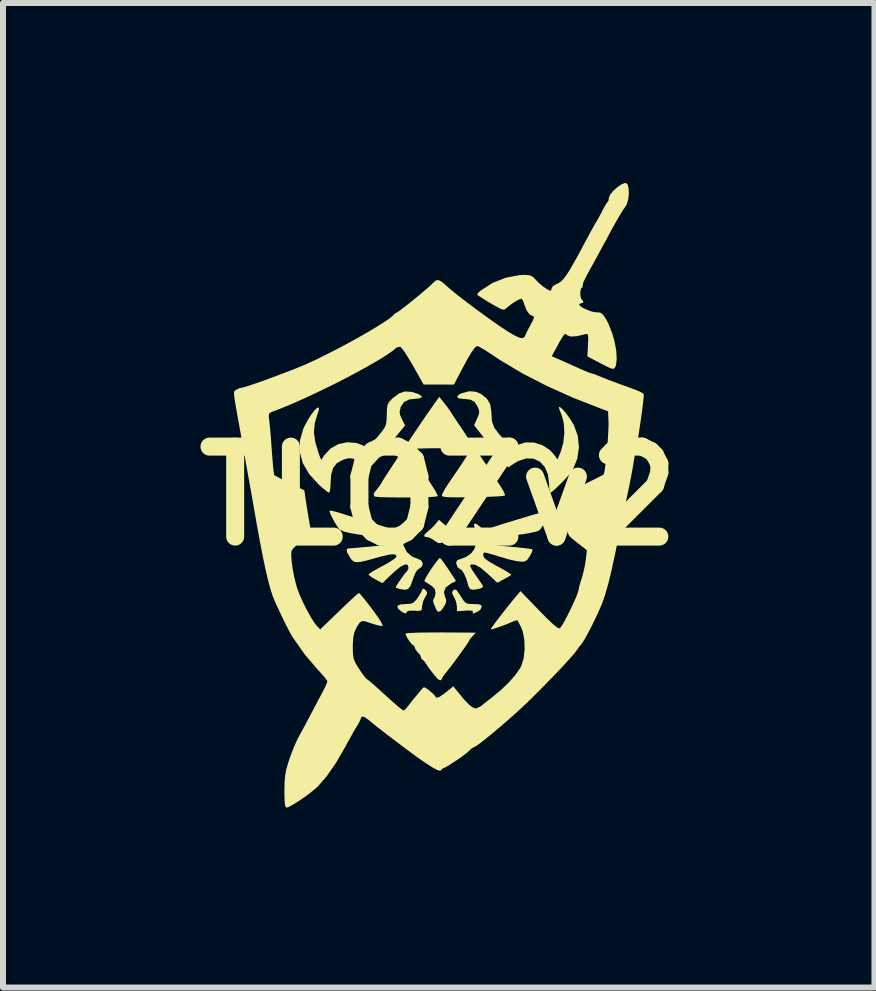
<source format=kicad_pcb>
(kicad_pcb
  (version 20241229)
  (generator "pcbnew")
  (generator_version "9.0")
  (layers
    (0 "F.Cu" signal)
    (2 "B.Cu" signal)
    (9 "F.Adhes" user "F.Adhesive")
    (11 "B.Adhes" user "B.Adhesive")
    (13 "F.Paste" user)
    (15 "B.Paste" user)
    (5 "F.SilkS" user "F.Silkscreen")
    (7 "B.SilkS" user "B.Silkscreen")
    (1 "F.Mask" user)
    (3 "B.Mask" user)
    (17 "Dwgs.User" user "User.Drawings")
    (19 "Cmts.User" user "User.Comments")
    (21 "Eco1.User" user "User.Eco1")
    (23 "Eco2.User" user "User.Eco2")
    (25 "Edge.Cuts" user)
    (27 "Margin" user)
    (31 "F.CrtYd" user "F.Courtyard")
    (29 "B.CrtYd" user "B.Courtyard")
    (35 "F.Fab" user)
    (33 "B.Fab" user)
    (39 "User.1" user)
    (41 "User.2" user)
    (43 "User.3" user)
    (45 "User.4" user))
  (footprint "TLOZv2"
    (layer "F.Cu")
    (at 4.264 5.218)
    (property "Reference" "TLOZv2" (at 0 0 0) (layer "F.SilkS") (effects (font (size 1.5 1.5) (thickness 0.3))))
    (attr board_only exclude_from_pos_files exclude_from_bom)
    (fp_poly (pts (xy 0.148 0.522) (xy 0.233 0.598) (xy 0.277 0.648) (xy 0.285 0.677) (xy 0.258 0.688) (xy 0.232 0.69) (xy 0.168 0.706) (xy 0.106 0.742) (xy 0.043 0.784) (xy -0.006 0.787) (xy -0.064 0.752) (xy -0.076 0.741) (xy -0.135 0.704) (xy -0.184 0.689) (xy -0.237 0.679) (xy -0.241 0.651) (xy -0.196 0.605) (xy -0.186 0.597) (xy -0.114 0.535) (xy -0.052 0.468) (xy -0.052 0.468) (xy 0.004 0.398)) (stroke (width 0) (type solid)) (fill yes) (layer "F.SilkS"))
    (fp_poly (pts (xy 0.296 1.57) (xy 0.332 1.618) (xy 0.365 1.669) (xy 0.414 1.744) (xy 0.452 1.784) (xy 0.498 1.8) (xy 0.568 1.803) (xy 0.582 1.803) (xy 0.663 1.806) (xy 0.703 1.818) (xy 0.716 1.844) (xy 0.716 1.852) (xy 0.694 1.898) (xy 0.648 1.931) (xy 0.586 1.957) (xy 0.563 1.957) (xy 0.572 1.933) (xy 0.564 1.916) (xy 0.509 1.91) (xy 0.447 1.913) (xy 0.305 1.922) (xy 0.304 1.84) (xy 0.288 1.757) (xy 0.255 1.685) (xy 0.225 1.63) (xy 0.227 1.596) (xy 0.245 1.573) (xy 0.269 1.558)) (stroke (width 0) (type solid)) (fill yes) (layer "F.SilkS"))
    (fp_poly (pts (xy -0.239 1.554) (xy -0.22 1.571) (xy -0.194 1.605) (xy -0.197 1.639) (xy -0.227 1.689) (xy -0.262 1.767) (xy -0.277 1.843) (xy -0.281 1.89) (xy -0.299 1.912) (xy -0.345 1.917) (xy -0.404 1.913) (xy -0.487 1.913) (xy -0.527 1.926) (xy -0.53 1.933) (xy -0.545 1.96) (xy -0.589 1.947) (xy -0.63 1.921) (xy -0.684 1.871) (xy -0.687 1.833) (xy -0.64 1.81) (xy -0.558 1.803) (xy -0.475 1.799) (xy -0.422 1.78) (xy -0.379 1.737) (xy -0.363 1.717) (xy -0.317 1.648) (xy -0.285 1.588) (xy -0.281 1.579) (xy -0.264 1.545)) (stroke (width 0) (type solid)) (fill yes) (layer "F.SilkS"))
    (fp_poly (pts (xy 0.043 1.055) (xy 0.085 1.111) (xy 0.14 1.191) (xy 0.164 1.227) (xy 0.288 1.418) (xy 0.199 1.465) (xy 0.118 1.527) (xy 0.087 1.602) (xy 0.107 1.686) (xy 0.108 1.686) (xy 0.126 1.736) (xy 0.118 1.787) (xy 0.091 1.842) (xy 0.043 1.911) (xy -0.001 1.934) (xy -0.034 1.909) (xy -0.043 1.889) (xy -0.068 1.826) (xy -0.084 1.793) (xy -0.095 1.738) (xy -0.082 1.715) (xy -0.06 1.669) (xy -0.053 1.611) (xy -0.066 1.551) (xy -0.114 1.502) (xy -0.146 1.481) (xy -0.204 1.445) (xy -0.236 1.422) (xy -0.239 1.419) (xy -0.225 1.382) (xy -0.189 1.319) (xy -0.139 1.241) (xy -0.084 1.16) (xy -0.033 1.091) (xy 0.005 1.046) (xy 0.021 1.035)) (stroke (width 0) (type solid)) (fill yes) (layer "F.SilkS"))
    (fp_poly (pts (xy 0.223 2.277) (xy 0.619 2.28) (xy 0.561 2.342) (xy 0.521 2.389) (xy 0.504 2.419) (xy 0.504 2.42) (xy 0.489 2.446) (xy 0.449 2.505) (xy 0.392 2.586) (xy 0.324 2.68) (xy 0.253 2.776) (xy 0.187 2.864) (xy 0.131 2.935) (xy 0.106 2.965) (xy 0.068 3.016) (xy 0.053 3.051) (xy 0.036 3.074) (xy -0.001 3.064) (xy -0.026 3.042) (xy -0.105 2.947) (xy -0.159 2.877) (xy -0.198 2.818) (xy -0.207 2.804) (xy -0.243 2.753) (xy -0.27 2.731) (xy -0.271 2.731) (xy -0.29 2.71) (xy -0.292 2.695) (xy -0.31 2.652) (xy -0.345 2.612) (xy -0.385 2.563) (xy -0.398 2.528) (xy -0.412 2.495) (xy -0.422 2.492) (xy -0.448 2.473) (xy -0.485 2.426) (xy -0.523 2.369) (xy -0.549 2.319) (xy -0.553 2.295) (xy -0.52 2.288) (xy -0.439 2.283) (xy -0.315 2.279) (xy -0.152 2.277) (xy 0.044 2.276)) (stroke (width 0) (type solid)) (fill yes) (layer "F.SilkS"))
    (fp_poly (pts (xy 0.63 -1.734) (xy 0.708 -1.698) (xy 0.805 -1.62) (xy 0.86 -1.525) (xy 0.879 -1.4) (xy 0.879 -1.365) (xy 0.889 -1.238) (xy 0.931 -1.13) (xy 1.014 -1.022) (xy 1.016 -1.02) (xy 1.064 -0.965) (xy 1.123 -0.895) (xy 1.135 -0.881) (xy 1.207 -0.794) (xy 1.313 -0.85) (xy 1.448 -0.892) (xy 1.592 -0.889) (xy 1.733 -0.844) (xy 1.858 -0.761) (xy 1.928 -0.682) (xy 1.981 -0.608) (xy 2.038 -0.745) (xy 2.078 -0.888) (xy 2.095 -1.049) (xy 2.086 -1.207) (xy 2.053 -1.342) (xy 2.043 -1.365) (xy 2.015 -1.432) (xy 2.004 -1.476) (xy 2.005 -1.484) (xy 2.031 -1.476) (xy 2.076 -1.434) (xy 2.132 -1.366) (xy 2.191 -1.283) (xy 2.245 -1.196) (xy 2.255 -1.177) (xy 2.32 -0.999) (xy 2.338 -0.809) (xy 2.31 -0.618) (xy 2.236 -0.438) (xy 2.22 -0.411) (xy 2.185 -0.366) (xy 2.127 -0.301) (xy 2.057 -0.227) (xy 1.985 -0.156) (xy 1.921 -0.096) (xy 1.876 -0.06) (xy 1.863 -0.053) (xy 1.851 -0.077) (xy 1.843 -0.139) (xy 1.841 -0.195) (xy 1.822 -0.356) (xy 1.768 -0.483) (xy 1.686 -0.572) (xy 1.581 -0.621) (xy 1.459 -0.625) (xy 1.326 -0.581) (xy 1.259 -0.542) (xy 1.161 -0.475) (xy 1.064 -0.587) (xy 1.007 -0.655) (xy 0.929 -0.751) (xy 0.841 -0.859) (xy 0.779 -0.938) (xy 0.591 -1.177) (xy 0.64 -1.289) (xy 0.67 -1.362) (xy 0.676 -1.411) (xy 0.66 -1.463) (xy 0.646 -1.494) (xy 0.6 -1.564) (xy 0.537 -1.602) (xy 0.442 -1.616) (xy 0.406 -1.617) (xy 0.332 -1.627) (xy 0.307 -1.651) (xy 0.332 -1.685) (xy 0.382 -1.711) (xy 0.513 -1.746)) (stroke (width 0) (type solid)) (fill yes) (layer "F.SilkS"))
    (fp_poly (pts (xy -0.458 -1.735) (xy -0.412 -1.724) (xy -0.327 -1.693) (xy -0.285 -1.662) (xy -0.288 -1.638) (xy -0.338 -1.624) (xy -0.367 -1.622) (xy -0.492 -1.608) (xy -0.577 -1.566) (xy -0.628 -1.493) (xy -0.635 -1.475) (xy -0.651 -1.406) (xy -0.643 -1.346) (xy -0.613 -1.279) (xy -0.56 -1.175) (xy -0.667 -1.045) (xy -0.734 -0.963) (xy -0.797 -0.889) (xy -0.832 -0.848) (xy -0.886 -0.783) (xy -0.929 -0.727) (xy -0.97 -0.673) (xy -1.028 -0.603) (xy -1.055 -0.571) (xy -1.109 -0.514) (xy -1.143 -0.491) (xy -1.171 -0.498) (xy -1.19 -0.514) (xy -1.243 -0.548) (xy -1.323 -0.585) (xy -1.363 -0.6) (xy -1.443 -0.624) (xy -1.502 -0.628) (xy -1.566 -0.612) (xy -1.606 -0.597) (xy -1.699 -0.545) (xy -1.76 -0.466) (xy -1.793 -0.353) (xy -1.803 -0.209) (xy -1.807 -0.126) (xy -1.817 -0.069) (xy -1.828 -0.053) (xy -1.858 -0.07) (xy -1.915 -0.115) (xy -1.988 -0.179) (xy -2.007 -0.196) (xy -2.162 -0.368) (xy -2.265 -0.546) (xy -2.316 -0.73) (xy -2.314 -0.919) (xy -2.26 -1.112) (xy -2.235 -1.167) (xy -2.179 -1.271) (xy -2.123 -1.358) (xy -2.072 -1.424) (xy -2.031 -1.465) (xy -2.004 -1.476) (xy -1.995 -1.453) (xy -2.01 -1.392) (xy -2.022 -1.36) (xy -2.067 -1.208) (xy -2.08 -1.057) (xy -2.057 -0.895) (xy -2.001 -0.708) (xy -1.989 -0.677) (xy -1.959 -0.599) (xy -1.911 -0.673) (xy -1.806 -0.788) (xy -1.674 -0.863) (xy -1.525 -0.895) (xy -1.372 -0.882) (xy -1.293 -0.854) (xy -1.173 -0.801) (xy -1.07 -0.923) (xy -0.986 -1.025) (xy -0.929 -1.097) (xy -0.894 -1.154) (xy -0.876 -1.206) (xy -0.869 -1.266) (xy -0.866 -1.346) (xy -0.866 -1.355) (xy -0.862 -1.455) (xy -0.852 -1.519) (xy -0.828 -1.565) (xy -0.785 -1.611) (xy -0.764 -1.632) (xy -0.662 -1.708) (xy -0.566 -1.741)) (stroke (width 0) (type solid)) (fill yes) (layer "F.SilkS"))
    (fp_poly (pts (xy -1.789 0.247) (xy -1.723 0.262) (xy -1.638 0.287) (xy -1.524 0.324) (xy -1.389 0.365) (xy -1.273 0.399) (xy -1.15 0.436) (xy -1.024 0.475) (xy -0.925 0.507) (xy -0.82 0.54) (xy -0.75 0.553) (xy -0.703 0.546) (xy -0.664 0.519) (xy -0.65 0.504) (xy -0.593 0.454) (xy -0.56 0.451) (xy -0.554 0.492) (xy -0.573 0.563) (xy -0.601 0.702) (xy -0.585 0.83) (xy -0.531 0.936) (xy -0.442 1.013) (xy -0.351 1.047) (xy -0.287 1.079) (xy -0.264 1.129) (xy -0.284 1.183) (xy -0.345 1.225) (xy -0.373 1.257) (xy -0.406 1.325) (xy -0.434 1.402) (xy -0.469 1.499) (xy -0.507 1.55) (xy -0.562 1.565) (xy -0.647 1.552) (xy -0.669 1.546) (xy -0.709 1.531) (xy -0.716 1.524) (xy -0.702 1.495) (xy -0.666 1.438) (xy -0.619 1.371) (xy -0.573 1.307) (xy -0.537 1.262) (xy -0.525 1.251) (xy -0.507 1.22) (xy -0.504 1.191) (xy -0.519 1.147) (xy -0.564 1.144) (xy -0.636 1.18) (xy -0.73 1.255) (xy -0.775 1.297) (xy -0.938 1.454) (xy -1.054 1.393) (xy -1.121 1.353) (xy -1.163 1.321) (xy -1.17 1.311) (xy -1.149 1.291) (xy -1.09 1.253) (xy -1.003 1.204) (xy -0.937 1.169) (xy -0.831 1.11) (xy -0.752 1.058) (xy -0.708 1.02) (xy -0.703 1.007) (xy -0.716 0.981) (xy -0.761 0.972) (xy -0.841 0.982) (xy -0.963 1.011) (xy -1.047 1.034) (xy -1.19 1.074) (xy -1.291 1.098) (xy -1.361 1.106) (xy -1.408 1.098) (xy -1.443 1.073) (xy -1.475 1.032) (xy -1.478 1.027) (xy -1.526 0.943) (xy -1.535 0.892) (xy -1.506 0.875) (xy -1.456 0.872) (xy -1.368 0.865) (xy -1.256 0.855) (xy -1.132 0.844) (xy -1.011 0.832) (xy -0.906 0.82) (xy -0.83 0.811) (xy -0.802 0.807) (xy -0.753 0.778) (xy -0.742 0.746) (xy -0.749 0.722) (xy -0.775 0.705) (xy -0.831 0.694) (xy -0.927 0.684) (xy -0.969 0.681) (xy -1.164 0.664) (xy -1.337 0.643) (xy -1.48 0.619) (xy -1.585 0.592) (xy -1.647 0.566) (xy -1.655 0.559) (xy -1.693 0.507) (xy -1.736 0.436) (xy -1.777 0.36) (xy -1.808 0.294) (xy -1.821 0.252) (xy -1.819 0.246)) (stroke (width 0) (type solid)) (fill yes) (layer "F.SilkS"))
    (fp_poly (pts (xy 0.09 -1.55) (xy 0.145 -1.48) (xy 0.187 -1.421) (xy 0.199 -1.403) (xy 0.225 -1.361) (xy 0.273 -1.289) (xy 0.333 -1.199) (xy 0.358 -1.163) (xy 0.419 -1.071) (xy 0.47 -0.992) (xy 0.502 -0.939) (xy 0.508 -0.928) (xy 0.538 -0.88) (xy 0.581 -0.83) (xy 0.62 -0.784) (xy 0.636 -0.758) (xy 0.636 -0.758) (xy 0.65 -0.732) (xy 0.688 -0.673) (xy 0.743 -0.591) (xy 0.776 -0.545) (xy 0.84 -0.45) (xy 0.896 -0.369) (xy 0.933 -0.312) (xy 0.942 -0.298) (xy 0.972 -0.249) (xy 1.019 -0.178) (xy 1.045 -0.139) (xy 1.085 -0.071) (xy 1.104 -0.021) (xy 1.102 -0.006) (xy 1.071 0.000301) (xy 0.995 0.007) (xy 0.883 0.013) (xy 0.743 0.018) (xy 0.584 0.021) (xy 0.568 0.021) (xy 0.389 0.024) (xy 0.256 0.024) (xy 0.162 0.022) (xy 0.102 0.017) (xy 0.069 0.009) (xy 0.055 -0.003) (xy 0.053 -0.011) (xy 0.067 -0.049) (xy 0.106 -0.118) (xy 0.163 -0.208) (xy 0.206 -0.271) (xy 0.308 -0.42) (xy 0.396 -0.551) (xy 0.464 -0.658) (xy 0.51 -0.734) (xy 0.53 -0.775) (xy 0.53 -0.778) (xy 0.505 -0.783) (xy 0.435 -0.788) (xy 0.328 -0.792) (xy 0.192 -0.794) (xy 0.035 -0.795) (xy 0.013 -0.795) (xy -0.146 -0.794) (xy -0.285 -0.791) (xy -0.396 -0.786) (xy -0.472 -0.78) (xy -0.503 -0.773) (xy -0.504 -0.772) (xy -0.489 -0.736) (xy -0.457 -0.686) (xy -0.414 -0.624) (xy -0.384 -0.579) (xy -0.359 -0.541) (xy -0.311 -0.469) (xy -0.247 -0.375) (xy -0.18 -0.277) (xy -0.112 -0.174) (xy -0.058 -0.087) (xy -0.024 -0.024) (xy -0.016 0.004) (xy -0.045 0.011) (xy -0.118 0.017) (xy -0.223 0.021) (xy -0.352 0.024) (xy -0.494 0.026) (xy -0.64 0.026) (xy -0.778 0.025) (xy -0.901 0.023) (xy -0.996 0.019) (xy -1.055 0.013) (xy -1.069 0.009) (xy -1.085 -0.019) (xy -1.073 -0.054) (xy -1.029 -0.112) (xy -1.021 -0.122) (xy -0.978 -0.176) (xy -0.956 -0.212) (xy -0.955 -0.216) (xy -0.94 -0.242) (xy -0.901 -0.305) (xy -0.84 -0.398) (xy -0.763 -0.516) (xy -0.674 -0.651) (xy -0.576 -0.797) (xy -0.476 -0.947) (xy -0.376 -1.095) (xy -0.282 -1.235) (xy -0.197 -1.359) (xy -0.126 -1.46) (xy -0.111 -1.482) (xy 0.009 -1.652)) (stroke (width 0) (type solid)) (fill yes) (layer "F.SilkS"))
    (fp_poly (pts (xy 1.868 0.249) (xy 1.858 0.281) (xy 1.823 0.347) (xy 1.801 0.388) (xy 1.751 0.472) (xy 1.707 0.54) (xy 1.678 0.574) (xy 1.63 0.594) (xy 1.539 0.615) (xy 1.417 0.636) (xy 1.272 0.654) (xy 1.116 0.669) (xy 1.024 0.675) (xy 0.89 0.687) (xy 0.808 0.706) (xy 0.774 0.733) (xy 0.787 0.769) (xy 0.797 0.779) (xy 0.842 0.798) (xy 0.936 0.817) (xy 1.074 0.835) (xy 1.192 0.847) (xy 1.324 0.859) (xy 1.436 0.871) (xy 1.518 0.882) (xy 1.56 0.89) (xy 1.563 0.892) (xy 1.56 0.921) (xy 1.534 0.977) (xy 1.52 1.003) (xy 1.476 1.066) (xy 1.433 1.093) (xy 1.375 1.096) (xy 1.295 1.086) (xy 1.197 1.065) (xy 1.153 1.053) (xy 1.044 1.021) (xy 0.925 0.985) (xy 0.882 0.972) (xy 0.802 0.95) (xy 0.761 0.944) (xy 0.745 0.956) (xy 0.743 0.988) (xy 0.743 0.989) (xy 0.753 1.022) (xy 0.787 1.058) (xy 0.854 1.103) (xy 0.96 1.164) (xy 0.983 1.176) (xy 1.081 1.23) (xy 1.158 1.276) (xy 1.203 1.307) (xy 1.211 1.317) (xy 1.181 1.336) (xy 1.122 1.37) (xy 1.087 1.389) (xy 0.977 1.448) (xy 0.813 1.294) (xy 0.698 1.198) (xy 0.608 1.147) (xy 0.544 1.143) (xy 0.523 1.156) (xy 0.53 1.183) (xy 0.562 1.241) (xy 0.614 1.318) (xy 0.625 1.334) (xy 0.681 1.414) (xy 0.723 1.477) (xy 0.742 1.511) (xy 0.742 1.513) (xy 0.719 1.534) (xy 0.662 1.552) (xy 0.59 1.563) (xy 0.566 1.564) (xy 0.52 1.55) (xy 0.494 1.498) (xy 0.489 1.478) (xy 0.461 1.384) (xy 0.425 1.3) (xy 0.387 1.24) (xy 0.356 1.22) (xy 0.32 1.196) (xy 0.296 1.139) (xy 0.292 1.099) (xy 0.315 1.07) (xy 0.373 1.048) (xy 0.382 1.046) (xy 0.461 1.015) (xy 0.537 0.961) (xy 0.545 0.953) (xy 0.592 0.891) (xy 0.616 0.82) (xy 0.623 0.737) (xy 0.621 0.644) (xy 0.61 0.565) (xy 0.602 0.537) (xy 0.586 0.479) (xy 0.604 0.459) (xy 0.65 0.481) (xy 0.671 0.499) (xy 0.715 0.536) (xy 0.757 0.552) (xy 0.812 0.548) (xy 0.894 0.525) (xy 0.952 0.506) (xy 1.036 0.478) (xy 1.152 0.442) (xy 1.287 0.401) (xy 1.429 0.358) (xy 1.566 0.317) (xy 1.687 0.283) (xy 1.779 0.257) (xy 1.825 0.245) (xy 1.857 0.24)) (stroke (width 0) (type solid)) (fill yes) (layer "F.SilkS"))
    (fp_poly (pts (xy 3.122 -5.218) (xy 3.152 -5.187) (xy 3.167 -5.121) (xy 3.17 -5.035) (xy 3.16 -4.945) (xy 3.137 -4.865) (xy 3.11 -4.818) (xy 3.078 -4.774) (xy 3.028 -4.693) (xy 2.965 -4.586) (xy 2.896 -4.462) (xy 2.87 -4.415) (xy 2.796 -4.276) (xy 2.721 -4.139) (xy 2.656 -4.018) (xy 2.606 -3.926) (xy 2.597 -3.911) (xy 2.54 -3.807) (xy 2.483 -3.703) (xy 2.448 -3.637) (xy 2.414 -3.566) (xy 2.399 -3.513) (xy 2.401 -3.498) (xy 2.397 -3.475) (xy 2.388 -3.473) (xy 2.369 -3.451) (xy 2.361 -3.398) (xy 2.363 -3.336) (xy 2.376 -3.288) (xy 2.386 -3.274) (xy 2.411 -3.244) (xy 2.404 -3.218) (xy 2.383 -3.215) (xy 2.347 -3.201) (xy 2.342 -3.192) (xy 2.358 -3.166) (xy 2.409 -3.133) (xy 2.48 -3.1) (xy 2.556 -3.073) (xy 2.621 -3.06) (xy 2.645 -3.061) (xy 2.696 -3.056) (xy 2.744 -3.017) (xy 2.796 -2.938) (xy 2.833 -2.863) (xy 2.89 -2.721) (xy 2.933 -2.569) (xy 2.96 -2.42) (xy 2.968 -2.288) (xy 2.957 -2.184) (xy 2.943 -2.147) (xy 2.927 -2.125) (xy 2.904 -2.118) (xy 2.864 -2.129) (xy 2.797 -2.16) (xy 2.697 -2.211) (xy 2.479 -2.326) (xy 2.489 -2.519) (xy 2.493 -2.618) (xy 2.491 -2.674) (xy 2.481 -2.698) (xy 2.458 -2.7) (xy 2.436 -2.694) (xy 2.299 -2.662) (xy 2.199 -2.657) (xy 2.14 -2.68) (xy 2.134 -2.687) (xy 2.116 -2.702) (xy 2.094 -2.691) (xy 2.062 -2.648) (xy 2.014 -2.567) (xy 1.994 -2.529) (xy 1.885 -2.329) (xy 2.01 -2.275) (xy 2.097 -2.236) (xy 2.209 -2.186) (xy 2.323 -2.135) (xy 2.33 -2.131) (xy 2.425 -2.089) (xy 2.501 -2.058) (xy 2.546 -2.042) (xy 2.552 -2.042) (xy 2.591 -2.031) (xy 2.654 -2.006) (xy 2.661 -2.003) (xy 2.735 -1.972) (xy 2.853 -1.926) (xy 3.018 -1.865) (xy 3.23 -1.788) (xy 3.294 -1.764) (xy 3.366 -1.733) (xy 3.412 -1.702) (xy 3.42 -1.688) (xy 3.416 -1.63) (xy 3.405 -1.532) (xy 3.389 -1.407) (xy 3.37 -1.268) (xy 3.349 -1.127) (xy 3.329 -0.997) (xy 3.311 -0.89) (xy 3.303 -0.847) (xy 3.278 -0.719) (xy 3.253 -0.581) (xy 3.236 -0.477) (xy 3.218 -0.377) (xy 3.193 -0.245) (xy 3.164 -0.101) (xy 3.145 -0.013) (xy 3.12 0.098) (xy 3.099 0.196) (xy 3.079 0.289) (xy 3.058 0.39) (xy 3.034 0.508) (xy 3.005 0.653) (xy 2.968 0.836) (xy 2.952 0.915) (xy 2.889 1.21) (xy 2.829 1.458) (xy 2.772 1.658) (xy 2.725 1.79) (xy 2.675 1.908) (xy 2.615 2.037) (xy 2.552 2.167) (xy 2.489 2.288) (xy 2.433 2.389) (xy 2.388 2.461) (xy 2.363 2.492) (xy 2.337 2.522) (xy 2.303 2.572) (xy 2.263 2.625) (xy 2.19 2.708) (xy 2.092 2.816) (xy 1.974 2.942) (xy 1.841 3.079) (xy 1.701 3.222) (xy 1.559 3.364) (xy 1.485 3.436) (xy 1.382 3.534) (xy 1.264 3.641) (xy 1.138 3.752) (xy 1.011 3.862) (xy 0.888 3.965) (xy 0.778 4.054) (xy 0.687 4.126) (xy 0.622 4.172) (xy 0.588 4.189) (xy 0.554 4.207) (xy 0.521 4.237) (xy 0.478 4.277) (xy 0.407 4.331) (xy 0.322 4.392) (xy 0.234 4.45) (xy 0.157 4.499) (xy 0.103 4.529) (xy 0.086 4.534) (xy 0.052 4.555) (xy 0.046 4.567) (xy 0.025 4.582) (xy -0.023 4.57) (xy -0.102 4.528) (xy -0.216 4.455) (xy -0.252 4.431) (xy -0.333 4.374) (xy -0.442 4.295) (xy -0.568 4.201) (xy -0.704 4.099) (xy -0.838 3.997) (xy -0.962 3.901) (xy -1.066 3.819) (xy -1.141 3.758) (xy -1.163 3.739) (xy -1.233 3.688) (xy -1.28 3.677) (xy -1.299 3.707) (xy -1.299 3.714) (xy -1.313 3.75) (xy -1.346 3.811) (xy -1.363 3.838) (xy -1.403 3.904) (xy -1.458 4.002) (xy -1.521 4.116) (xy -1.56 4.188) (xy -1.713 4.452) (xy -1.868 4.675) (xy -2.011 4.84) (xy -2.077 4.899) (xy -2.165 4.969) (xy -2.264 5.041) (xy -2.362 5.106) (xy -2.449 5.159) (xy -2.512 5.191) (xy -2.534 5.197) (xy -2.551 5.187) (xy -2.563 5.151) (xy -2.569 5.082) (xy -2.572 4.971) (xy -2.572 4.917) (xy -2.569 4.773) (xy -2.56 4.66) (xy -2.54 4.556) (xy -2.506 4.439) (xy -2.494 4.402) (xy -2.449 4.277) (xy -2.398 4.151) (xy -2.351 4.048) (xy -2.338 4.025) (xy -2.283 3.924) (xy -2.205 3.779) (xy -2.106 3.591) (xy -1.986 3.364) (xy -1.904 3.209) (xy -1.873 3.143) (xy -1.857 3.096) (xy -1.857 3.09) (xy -1.874 3.06) (xy -1.921 3.002) (xy -1.987 2.927) (xy -2.022 2.89) (xy -2.23 2.647) (xy -2.432 2.36) (xy -2.445 2.339) (xy -2.481 2.276) (xy -2.533 2.176) (xy -2.595 2.05) (xy -2.661 1.911) (xy -2.726 1.77) (xy -2.733 1.756) (xy -2.769 1.665) (xy -2.806 1.55) (xy -2.844 1.409) (xy -2.885 1.235) (xy -2.929 1.025) (xy -2.978 0.774) (xy -3.032 0.479) (xy -3.074 0.239) (xy -3.096 0.113) (xy -3.117 -0.008) (xy -3.14 -0.135) (xy -3.165 -0.275) (xy -3.194 -0.437) (xy -3.228 -0.63) (xy -3.27 -0.861) (xy -3.298 -1.021) (xy -3.336 -1.232) (xy -3.355 -1.334) (xy -2.834 -1.334) (xy -2.827 -1.272) (xy -2.819 -1.208) (xy -2.809 -1.103) (xy -2.798 -0.971) (xy -2.787 -0.824) (xy -2.783 -0.763) (xy -2.772 -0.623) (xy -2.762 -0.501) (xy -2.752 -0.409) (xy -2.744 -0.356) (xy -2.741 -0.346) (xy -2.712 -0.329) (xy -2.647 -0.294) (xy -2.555 -0.248) (xy -2.483 -0.212) (xy -2.24 -0.093) (xy -2.219 0.053) (xy -2.204 0.152) (xy -2.184 0.277) (xy -2.162 0.405) (xy -2.159 0.422) (xy -2.14 0.535) (xy -2.133 0.606) (xy -2.138 0.646) (xy -2.153 0.665) (xy -2.259 0.734) (xy -2.351 0.805) (xy -2.419 0.868) (xy -2.453 0.915) (xy -2.454 0.918) (xy -2.459 0.983) (xy -2.452 1.086) (xy -2.435 1.211) (xy -2.41 1.345) (xy -2.379 1.472) (xy -2.362 1.532) (xy -2.32 1.645) (xy -2.262 1.774) (xy -2.196 1.906) (xy -2.129 2.026) (xy -2.068 2.121) (xy -2.032 2.166) (xy -1.975 2.225) (xy -1.66 1.921) (xy -1.554 1.82) (xy -1.462 1.733) (xy -1.389 1.666) (xy -1.342 1.627) (xy -1.329 1.618) (xy -1.308 1.638) (xy -1.261 1.693) (xy -1.196 1.774) (xy -1.12 1.874) (xy -1.108 1.89) (xy -1.02 2.01) (xy -0.962 2.099) (xy -0.936 2.153) (xy -0.939 2.169) (xy -0.982 2.165) (xy -1.056 2.146) (xy -1.129 2.123) (xy -1.219 2.093) (xy -1.275 2.086) (xy -1.313 2.108) (xy -1.352 2.164) (xy -1.376 2.208) (xy -1.408 2.281) (xy -1.425 2.366) (xy -1.432 2.482) (xy -1.432 2.515) (xy -1.43 2.624) (xy -1.421 2.701) (xy -1.398 2.766) (xy -1.356 2.84) (xy -1.328 2.883) (xy -1.274 2.963) (xy -1.228 3.023) (xy -1.2 3.052) (xy -1.199 3.053) (xy -1.17 3.074) (xy -1.111 3.123) (xy -1.032 3.193) (xy -0.951 3.266) (xy -0.816 3.389) (xy -0.715 3.479) (xy -0.644 3.538) (xy -0.6 3.57) (xy -0.582 3.578) (xy -0.558 3.56) (xy -0.517 3.512) (xy -0.503 3.493) (xy -0.443 3.416) (xy -0.383 3.344) (xy -0.378 3.338) (xy -0.325 3.276) (xy -0.282 3.222) (xy -0.282 3.221) (xy -0.257 3.195) (xy -0.23 3.193) (xy -0.186 3.222) (xy -0.15 3.25) (xy -0.092 3.3) (xy -0.058 3.338) (xy -0.053 3.347) (xy -0.036 3.367) (xy 0.014 3.35) (xy 0.093 3.296) (xy 0.126 3.27) (xy 0.244 3.174) (xy 0.305 3.25) (xy 0.413 3.382) (xy 0.497 3.472) (xy 0.561 3.524) (xy 0.61 3.543) (xy 0.632 3.541) (xy 0.694 3.512) (xy 0.722 3.491) (xy 0.759 3.46) (xy 0.825 3.408) (xy 0.905 3.347) (xy 0.905 3.346) (xy 1.045 3.23) (xy 1.174 3.104) (xy 1.283 2.98) (xy 1.36 2.868) (xy 1.379 2.831) (xy 1.417 2.705) (xy 1.433 2.555) (xy 1.428 2.4) (xy 1.402 2.262) (xy 1.375 2.193) (xy 1.341 2.125) (xy 1.317 2.081) (xy 1.311 2.072) (xy 1.285 2.077) (xy 1.229 2.098) (xy 1.215 2.104) (xy 1.14 2.136) (xy 1.051 2.17) (xy 0.964 2.2) (xy 0.896 2.221) (xy 0.867 2.227) (xy 0.876 2.208) (xy 0.912 2.156) (xy 0.969 2.078) (xy 1.042 1.984) (xy 1.123 1.88) (xy 1.207 1.775) (xy 1.288 1.677) (xy 1.312 1.649) (xy 1.364 1.588) (xy 1.676 1.911) (xy 1.799 2.036) (xy 1.891 2.124) (xy 1.956 2.18) (xy 1.998 2.206) (xy 2.021 2.207) (xy 2.022 2.206) (xy 2.052 2.166) (xy 2.097 2.089) (xy 2.15 1.988) (xy 2.206 1.875) (xy 2.258 1.763) (xy 2.301 1.664) (xy 2.327 1.589) (xy 2.334 1.559) (xy 2.342 1.516) (xy 2.363 1.442) (xy 2.384 1.378) (xy 2.415 1.264) (xy 2.442 1.135) (xy 2.452 1.068) (xy 2.471 0.905) (xy 2.308 0.779) (xy 2.226 0.713) (xy 2.178 0.668) (xy 2.158 0.63) (xy 2.155 0.588) (xy 2.159 0.558) (xy 2.168 0.491) (xy 2.18 0.389) (xy 2.193 0.266) (xy 2.201 0.188) (xy 2.212 0.073) (xy 2.223 -0.019) (xy 2.231 -0.078) (xy 2.234 -0.094) (xy 2.259 -0.108) (xy 2.321 -0.14) (xy 2.411 -0.185) (xy 2.492 -0.225) (xy 2.596 -0.277) (xy 2.681 -0.32) (xy 2.735 -0.348) (xy 2.751 -0.357) (xy 2.761 -0.389) (xy 2.772 -0.462) (xy 2.785 -0.567) (xy 2.798 -0.692) (xy 2.811 -0.826) (xy 2.821 -0.958) (xy 2.828 -1.078) (xy 2.832 -1.174) (xy 2.832 -1.219) (xy 2.824 -1.411) (xy 2.731 -1.445) (xy 2.242 -1.636) (xy 1.8 -1.835) (xy 1.394 -2.044) (xy 1.02 -2.267) (xy 0.856 -2.376) (xy 0.77 -2.432) (xy 0.697 -2.475) (xy 0.652 -2.497) (xy 0.648 -2.498) (xy 0.623 -2.49) (xy 0.588 -2.454) (xy 0.542 -2.386) (xy 0.48 -2.282) (xy 0.401 -2.137) (xy 0.341 -2.022) (xy 0.254 -1.856) (xy 0.001 -1.857) (xy -0.252 -1.857) (xy -0.427 -2.168) (xy -0.495 -2.283) (xy -0.556 -2.381) (xy -0.606 -2.451) (xy -0.638 -2.485) (xy -0.643 -2.487) (xy -0.694 -2.477) (xy -0.72 -2.458) (xy -0.764 -2.422) (xy -0.839 -2.369) (xy -0.928 -2.311) (xy -1.015 -2.257) (xy -1.047 -2.239) (xy -1.103 -2.207) (xy -1.179 -2.164) (xy -1.206 -2.148) (xy -1.438 -2.021) (xy -1.692 -1.889) (xy -1.957 -1.759) (xy -2.22 -1.635) (xy -2.47 -1.525) (xy -2.693 -1.434) (xy -2.794 -1.396) (xy -2.825 -1.375) (xy -2.834 -1.334) (xy -3.355 -1.334) (xy -3.366 -1.397) (xy -3.388 -1.522) (xy -3.402 -1.612) (xy -3.41 -1.675) (xy -3.412 -1.715) (xy -3.409 -1.738) (xy -3.401 -1.752) (xy -3.389 -1.761) (xy -3.378 -1.768) (xy -3.321 -1.797) (xy -3.289 -1.803) (xy -3.246 -1.812) (xy -3.164 -1.838) (xy -3.05 -1.876) (xy -2.913 -1.924) (xy -2.764 -1.979) (xy -2.61 -2.037) (xy -2.461 -2.094) (xy -2.326 -2.148) (xy -2.213 -2.195) (xy -2.21 -2.197) (xy -2.054 -2.268) (xy -1.883 -2.352) (xy -1.703 -2.444) (xy -1.521 -2.54) (xy -1.344 -2.638) (xy -1.179 -2.732) (xy -1.031 -2.821) (xy -0.907 -2.899) (xy -0.814 -2.963) (xy -0.759 -3.009) (xy -0.747 -3.026) (xy -0.717 -3.049) (xy -0.714 -3.049) (xy -0.685 -3.065) (xy -0.625 -3.108) (xy -0.543 -3.171) (xy -0.448 -3.247) (xy -0.348 -3.328) (xy -0.253 -3.408) (xy -0.172 -3.477) (xy -0.114 -3.531) (xy -0.095 -3.55) (xy -0.05 -3.59) (xy -0.008 -3.6) (xy 0.044 -3.576) (xy 0.116 -3.515) (xy 0.136 -3.497) (xy 0.209 -3.433) (xy 0.317 -3.346) (xy 0.449 -3.244) (xy 0.596 -3.133) (xy 0.749 -3.021) (xy 0.896 -2.915) (xy 1.03 -2.822) (xy 1.14 -2.75) (xy 1.158 -2.738) (xy 1.272 -2.671) (xy 1.352 -2.636) (xy 1.403 -2.63) (xy 1.433 -2.653) (xy 1.441 -2.671) (xy 1.462 -2.719) (xy 1.5 -2.794) (xy 1.535 -2.857) (xy 1.578 -2.941) (xy 1.589 -2.986) (xy 1.577 -2.996) (xy 1.519 -3.021) (xy 1.467 -3.09) (xy 1.431 -3.183) (xy 1.408 -3.248) (xy 1.384 -3.285) (xy 1.377 -3.288) (xy 1.331 -3.272) (xy 1.262 -3.232) (xy 1.186 -3.178) (xy 1.146 -3.145) (xy 1.105 -3.112) (xy 1.072 -3.105) (xy 1.025 -3.123) (xy 0.987 -3.143) (xy 0.899 -3.192) (xy 0.814 -3.242) (xy 0.805 -3.248) (xy 0.735 -3.292) (xy 0.676 -3.329) (xy 0.673 -3.331) (xy 0.644 -3.353) (xy 0.648 -3.376) (xy 0.689 -3.414) (xy 0.701 -3.424) (xy 0.9 -3.552) (xy 1.122 -3.639) (xy 1.354 -3.682) (xy 1.432 -3.685) (xy 1.515 -3.679) (xy 1.57 -3.653) (xy 1.618 -3.604) (xy 1.674 -3.547) (xy 1.743 -3.489) (xy 1.811 -3.443) (xy 1.86 -3.421) (xy 1.866 -3.42) (xy 1.88 -3.442) (xy 1.882 -3.461) (xy 1.905 -3.498) (xy 1.959 -3.529) (xy 1.96 -3.53) (xy 2.002 -3.549) (xy 2.043 -3.578) (xy 2.086 -3.624) (xy 2.136 -3.691) (xy 2.195 -3.785) (xy 2.267 -3.911) (xy 2.357 -4.074) (xy 2.453 -4.255) (xy 2.512 -4.364) (xy 2.566 -4.462) (xy 2.607 -4.535) (xy 2.622 -4.56) (xy 2.659 -4.623) (xy 2.705 -4.708) (xy 2.731 -4.759) (xy 2.771 -4.834) (xy 2.803 -4.885) (xy 2.817 -4.901) (xy 2.833 -4.931) (xy 2.837 -4.97) (xy 2.858 -5.022) (xy 2.909 -5.085) (xy 2.978 -5.147) (xy 3.05 -5.196) (xy 3.109 -5.218)) (stroke (width 0) (type solid)) (fill yes) (layer "F.SilkS")))
  (gr_rect
    (start -3 -3)
    (end 11.529 13.415)
    (stroke (width 0.1) (type default))
    (fill no)
    (layer "Edge.Cuts")))
</source>
